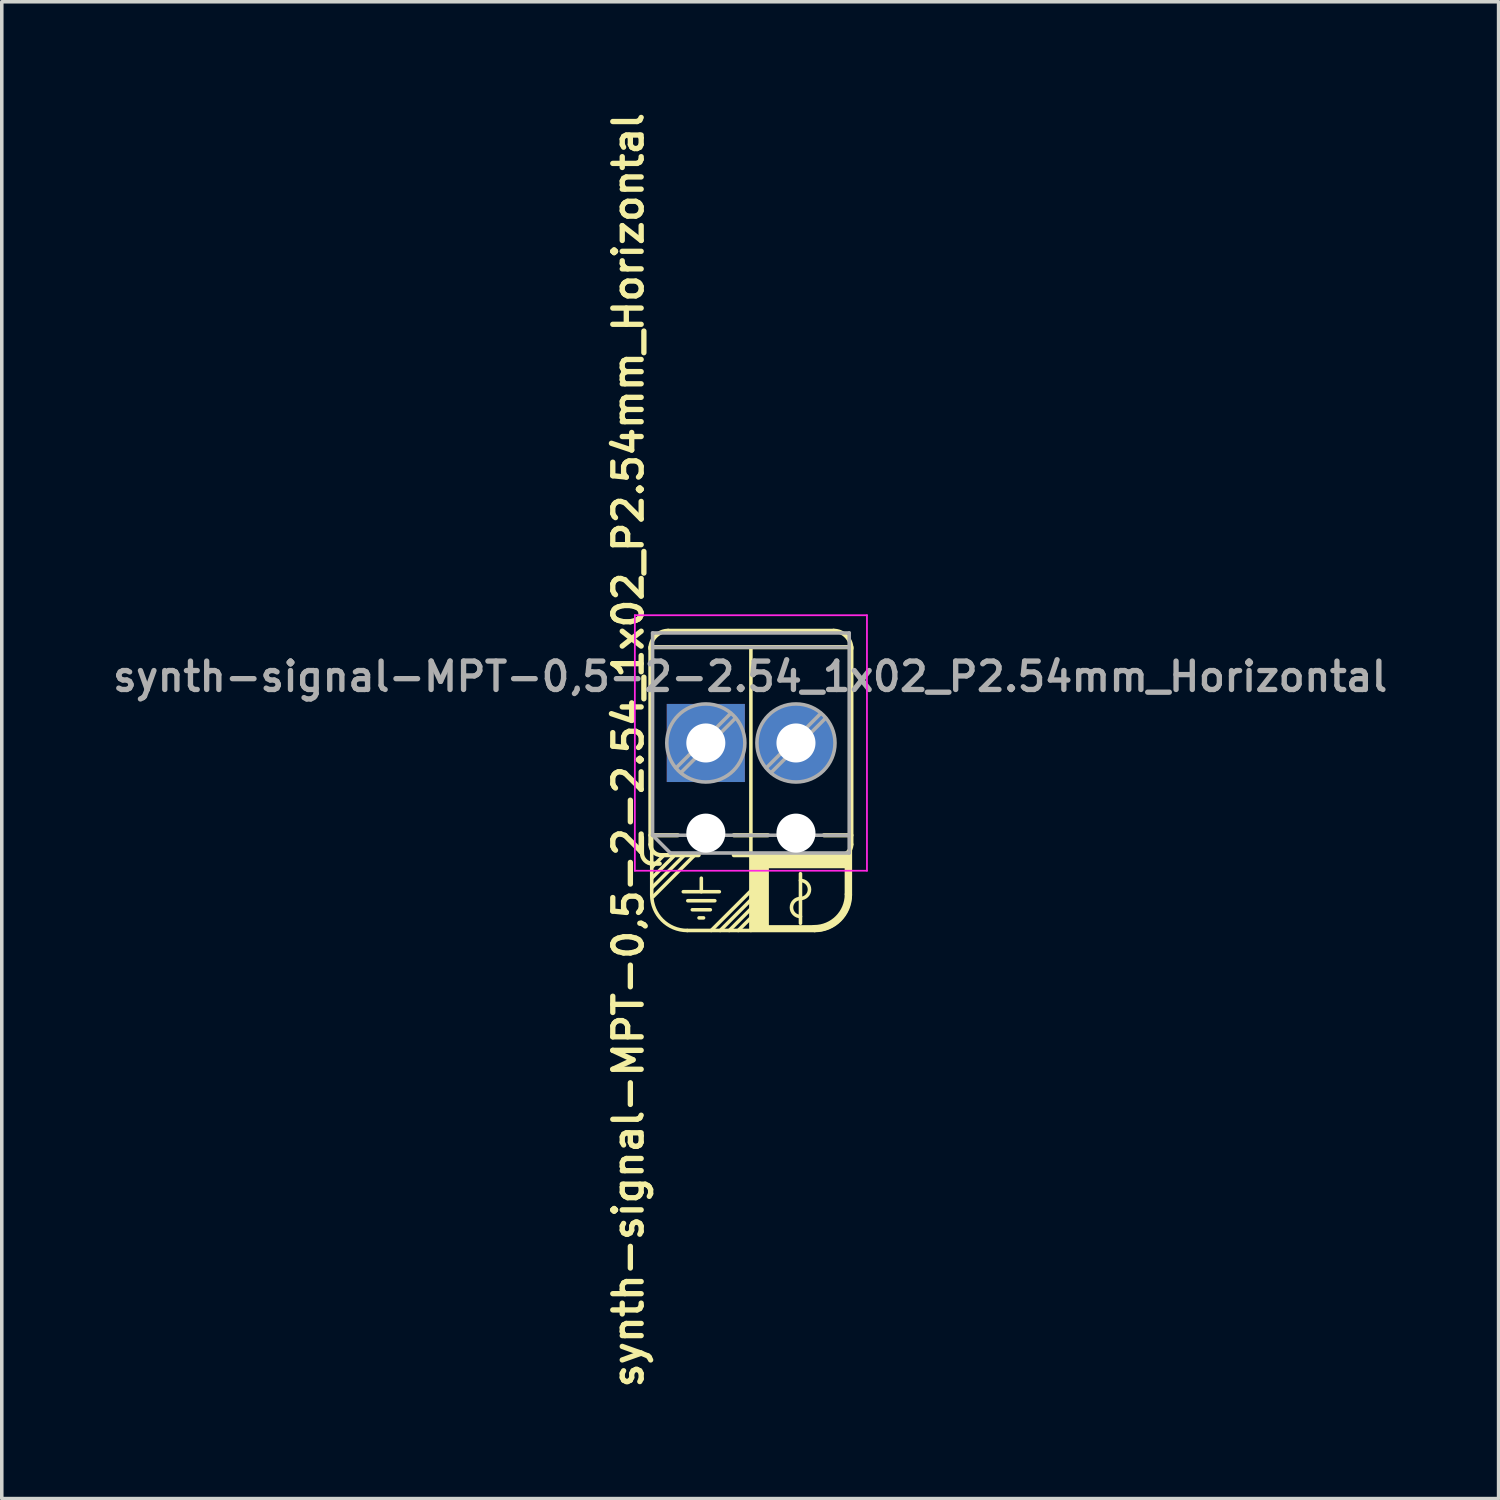
<source format=kicad_pcb>
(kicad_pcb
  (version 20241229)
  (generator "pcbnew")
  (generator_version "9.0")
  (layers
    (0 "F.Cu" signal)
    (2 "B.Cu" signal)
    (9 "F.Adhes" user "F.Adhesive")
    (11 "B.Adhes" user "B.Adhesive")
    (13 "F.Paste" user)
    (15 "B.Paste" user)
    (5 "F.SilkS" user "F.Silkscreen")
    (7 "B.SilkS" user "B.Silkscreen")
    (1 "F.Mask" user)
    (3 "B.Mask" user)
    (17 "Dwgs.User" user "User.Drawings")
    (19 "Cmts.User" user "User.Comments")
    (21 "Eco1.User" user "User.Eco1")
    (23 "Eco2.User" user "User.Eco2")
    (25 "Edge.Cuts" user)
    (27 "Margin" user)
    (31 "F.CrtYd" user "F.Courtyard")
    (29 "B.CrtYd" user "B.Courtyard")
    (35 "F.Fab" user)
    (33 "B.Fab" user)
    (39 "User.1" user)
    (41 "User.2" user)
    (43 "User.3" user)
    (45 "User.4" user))
  (footprint "synth-signal-MPT-0,5-2-2.54_1x02_P2.54mm_Horizontal"
    (layer "F.Cu")
    (at 16.838 17.885)
    (property "Reference" "synth-signal-MPT-0,5-2-2.54_1x02_P2.54mm_Horizontal" (at -2.184 0.203 90) (layer "F.SilkS") (effects (font (size 0.8 0.8) (thickness 0.15))))
    (attr through_hole)
    (fp_line (start -1.8 2.66) (end -1.8 3.1) (stroke (width 0.12) (type solid)) (layer "F.SilkS"))
    (fp_line (start -1.56 -2.7) (end 4.1 -2.7) (stroke (width 0.12) (type solid)) (layer "F.SilkS"))
    (fp_line (start -1.56 -2.66) (end -1.56 2.86) (stroke (width 0.12) (type solid)) (layer "F.SilkS"))
    (fp_line (start -1.56 2.6) (end -0.79 2.6) (stroke (width 0.12) (type solid)) (layer "F.SilkS"))
    (fp_line (start -1.524 3.505) (end -1.179 3.16) (stroke (width 0.1) (type default)) (layer "F.SilkS"))
    (fp_line (start -1.524 3.81) (end -0.914 3.2) (stroke (width 0.1) (type default)) (layer "F.SilkS"))
    (fp_line (start -1.524 4.283) (end -1.524 -1.7) (stroke (width 0.1) (type default)) (layer "F.SilkS"))
    (fp_line (start -1.521 4.08) (end -0.601 3.16) (stroke (width 0.1) (type default)) (layer "F.SilkS"))
    (fp_line (start -1.5 3.4) (end -1.3 3.4) (stroke (width 0.12) (type solid)) (layer "F.SilkS"))
    (fp_line (start -1.487 4.332) (end -0.323 3.168) (stroke (width 0.1) (type default)) (layer "F.SilkS"))
    (fp_line (start -1.26 3.16) (end -0.203 3.16) (stroke (width 0.12) (type solid)) (layer "F.SilkS"))
    (fp_line (start -1.06 -3.16) (end 3.6 -3.16) (stroke (width 0.12) (type solid)) (layer "F.SilkS"))
    (fp_line (start -0.635 4.191) (end 0.381 4.191) (stroke (width 0.1) (type default)) (layer "F.SilkS"))
    (fp_line (start -0.524 -2.7) (end 3.072 -2.7) (stroke (width 0.1) (type default)) (layer "F.SilkS"))
    (fp_line (start -0.508 4.445) (end 0.254 4.445) (stroke (width 0.1) (type default)) (layer "F.SilkS"))
    (fp_line (start -0.381 4.699) (end 0.127 4.699) (stroke (width 0.1) (type default)) (layer "F.SilkS"))
    (fp_line (start -0.191 4.928) (end -0.064 4.928) (stroke (width 0.1) (type default)) (layer "F.SilkS"))
    (fp_line (start -0.127 3.81) (end -0.127 4.191) (stroke (width 0.1) (type default)) (layer "F.SilkS"))
    (fp_line (start 0.152 5.283) (end 1.27 4.166) (stroke (width 0.1) (type default)) (layer "F.SilkS"))
    (fp_line (start 0.406 5.283) (end 1.27 4.42) (stroke (width 0.1) (type default)) (layer "F.SilkS"))
    (fp_line (start 0.66 5.283) (end 1.27 4.674) (stroke (width 0.1) (type default)) (layer "F.SilkS"))
    (fp_line (start 0.79 2.6) (end 1.75 2.6) (stroke (width 0.12) (type solid)) (layer "F.SilkS"))
    (fp_line (start 0.79 3.16) (end 1.75 3.16) (stroke (width 0.12) (type solid)) (layer "F.SilkS"))
    (fp_line (start 0.914 5.283) (end 1.27 4.928) (stroke (width 0.1) (type default)) (layer "F.SilkS"))
    (fp_line (start 1.27 -2.7) (end 1.27 5.283) (stroke (width 0.1) (type default)) (layer "F.SilkS"))
    (fp_line (start 2.667 3.683) (end 2.667 5.08) (stroke (width 0.1) (type default)) (layer "F.SilkS"))
    (fp_line (start 3.072 5.283) (end -0.524 5.283) (stroke (width 0.1) (type default)) (layer "F.SilkS"))
    (fp_line (start 3.33 2.6) (end 4.1 2.6) (stroke (width 0.12) (type solid)) (layer "F.SilkS"))
    (fp_line (start 3.33 3.16) (end 3.8 3.16) (stroke (width 0.12) (type solid)) (layer "F.SilkS"))
    (fp_line (start 4.072 -2.667) (end 4.072 4.283) (stroke (width 0.1) (type default)) (layer "F.SilkS"))
    (fp_line (start 4.1 -2.66) (end 4.1 2.86) (stroke (width 0.12) (type solid)) (layer "F.SilkS"))
    (fp_rect (start 1.321 3.175) (end 1.727 5.258) (stroke (width 0.1) (type solid)) (fill yes) (layer "F.SilkS"))
    (fp_rect (start 1.321 3.175) (end 4.039 3.48) (stroke (width 0.1) (type solid)) (fill yes) (layer "F.SilkS"))
    (fp_rect (start 1.333 5.182) (end 3.251 5.232) (stroke (width 0.1) (type solid)) (fill yes) (layer "F.SilkS"))
    (fp_rect (start 3.962 3.505) (end 4.058 4.267) (stroke (width 0.1) (type solid)) (fill yes) (layer "F.SilkS"))
    (fp_arc (start -1.56 -2.66) (mid -1.413553 -3.013553) (end -1.06 -3.16) (stroke (width 0.12) (type default)) (layer "F.SilkS"))
    (fp_arc (start -1.5 3.4) (mid -1.712132 3.312132) (end -1.8 3.1) (stroke (width 0.12) (type default)) (layer "F.SilkS"))
    (fp_arc (start -1.26 3.16) (mid -1.472132 3.072132) (end -1.56 2.86) (stroke (width 0.12) (type default)) (layer "F.SilkS"))
    (fp_arc (start -0.524 5.2832) (mid -1.231107 4.990307) (end -1.524 4.2832) (stroke (width 0.1) (type default)) (layer "F.SilkS"))
    (fp_arc (start 2.667 3.8735) (mid 2.921 4.1275) (end 2.667 4.3815) (stroke (width 0.1) (type default)) (layer "F.SilkS"))
    (fp_arc (start 2.667 4.8895) (mid 2.413 4.6355) (end 2.667 4.3815) (stroke (width 0.1) (type default)) (layer "F.SilkS"))
    (fp_arc (start 3.6 -3.16) (mid 3.953553 -3.013553) (end 4.1 -2.66) (stroke (width 0.12) (type default)) (layer "F.SilkS"))
    (fp_arc (start 4.0132 4.2672) (mid 3.731698 4.946805) (end 3.052093 5.228305) (stroke (width 0.2) (type default)) (layer "F.SilkS"))
    (fp_arc (start 4.0716 4.2832) (mid 3.778707 4.990307) (end 3.0716 5.2832) (stroke (width 0.1) (type default)) (layer "F.SilkS"))
    (fp_arc (start 4.1 2.86) (mid 4.012132 3.072132) (end 3.8 3.16) (stroke (width 0.12) (type default)) (layer "F.SilkS"))
    (fp_line (start -2 -3.6) (end -2 3.6) (stroke (width 0.05) (type solid)) (layer "F.CrtYd"))
    (fp_line (start -2 3.6) (end 4.54 3.6) (stroke (width 0.05) (type solid)) (layer "F.CrtYd"))
    (fp_line (start 4.54 -3.6) (end -2 -3.6) (stroke (width 0.05) (type solid)) (layer "F.CrtYd"))
    (fp_line (start 4.54 3.6) (end 4.54 -3.6) (stroke (width 0.05) (type solid)) (layer "F.CrtYd"))
    (fp_line (start -1.5 -3.1) (end 4.04 -3.1) (stroke (width 0.1) (type solid)) (layer "F.Fab"))
    (fp_line (start -1.5 -2.7) (end 4.04 -2.7) (stroke (width 0.1) (type solid)) (layer "F.Fab"))
    (fp_line (start -1.5 2.6) (end -1.5 -3.1) (stroke (width 0.1) (type solid)) (layer "F.Fab"))
    (fp_line (start -1.5 2.6) (end 4.04 2.6) (stroke (width 0.1) (type solid)) (layer "F.Fab"))
    (fp_line (start -1 3.1) (end -1.5 2.6) (stroke (width 0.1) (type solid)) (layer "F.Fab"))
    (fp_line (start 0.701 -0.835) (end -0.835 0.7) (stroke (width 0.1) (type solid)) (layer "F.Fab"))
    (fp_line (start 0.835 -0.7) (end -0.701 0.835) (stroke (width 0.1) (type solid)) (layer "F.Fab"))
    (fp_line (start 3.241 -0.835) (end 1.706 0.7) (stroke (width 0.1) (type solid)) (layer "F.Fab"))
    (fp_line (start 3.375 -0.7) (end 1.84 0.835) (stroke (width 0.1) (type solid)) (layer "F.Fab"))
    (fp_line (start 4.04 -3.1) (end 4.04 3.1) (stroke (width 0.1) (type solid)) (layer "F.Fab"))
    (fp_line (start 4.04 3.1) (end -1 3.1) (stroke (width 0.1) (type solid)) (layer "F.Fab"))
    (fp_circle (center 0 0) (end 1.1 0) (stroke (width 0.1) (type solid)) (fill no) (layer "F.Fab"))
    (fp_circle (center 2.54 0) (end 3.64 0) (stroke (width 0.1) (type solid)) (fill no) (layer "F.Fab"))
    (fp_text user "${REFERENCE}" (at 1.25 -1.87 0) (layer "F.Fab") (effects (font (size 0.8 0.8) (thickness 0.15))))
    (pad "" np_thru_hole circle (at 0 2.54) (size 1.1 1.1) (drill 1.1) (layers "*.Cu" "*.Mask"))
    (pad "" np_thru_hole circle (at 2.54 2.54) (size 1.1 1.1) (drill 1.1) (layers "*.Cu" "*.Mask"))
    (pad "1" thru_hole rect (at 0 0) (size 2.2 2.2) (drill 1.1) (layers "*.Cu" "*.Mask"))
    (pad "2" thru_hole circle (at 2.54 0) (size 2.2 2.2) (drill 1.1) (layers "*.Cu" "*.Mask")))
  (gr_rect
    (start -3 -3)
    (end 39.176 39.176)
    (stroke (width 0.1) (type default))
    (fill no)
    (layer "Edge.Cuts")))
</source>
